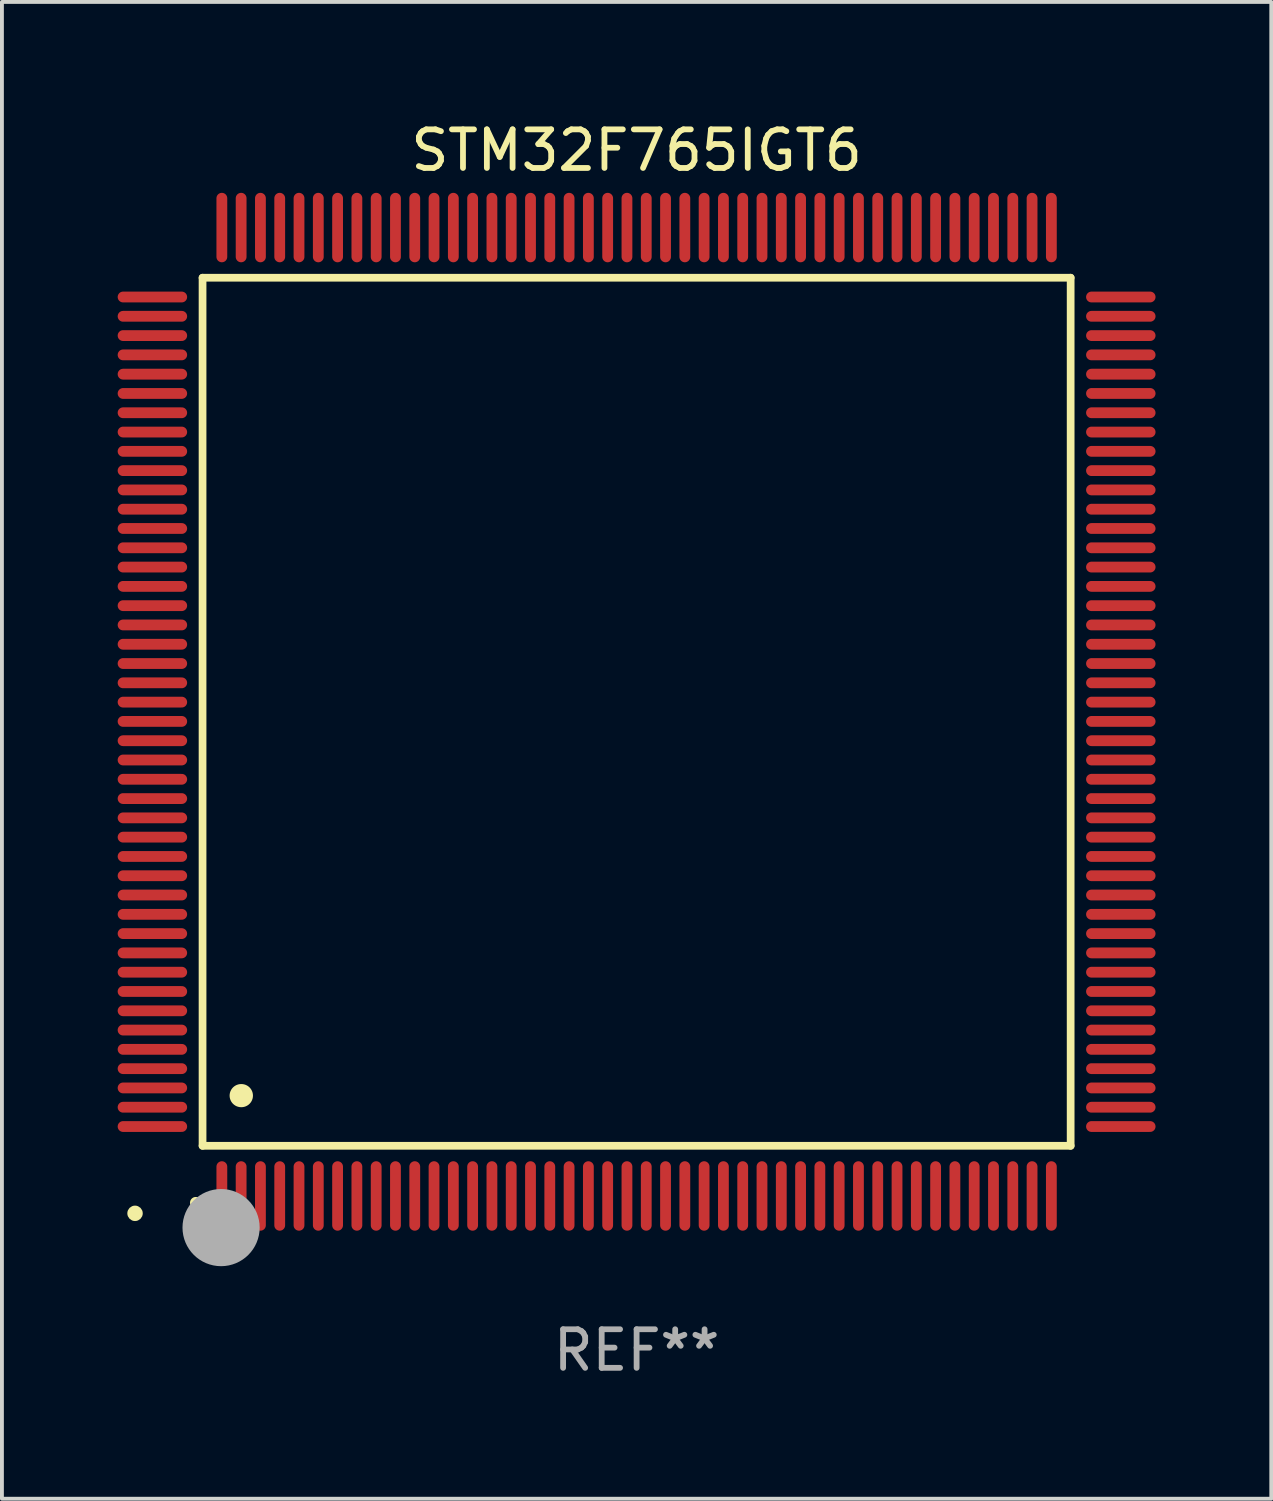
<source format=kicad_pcb>
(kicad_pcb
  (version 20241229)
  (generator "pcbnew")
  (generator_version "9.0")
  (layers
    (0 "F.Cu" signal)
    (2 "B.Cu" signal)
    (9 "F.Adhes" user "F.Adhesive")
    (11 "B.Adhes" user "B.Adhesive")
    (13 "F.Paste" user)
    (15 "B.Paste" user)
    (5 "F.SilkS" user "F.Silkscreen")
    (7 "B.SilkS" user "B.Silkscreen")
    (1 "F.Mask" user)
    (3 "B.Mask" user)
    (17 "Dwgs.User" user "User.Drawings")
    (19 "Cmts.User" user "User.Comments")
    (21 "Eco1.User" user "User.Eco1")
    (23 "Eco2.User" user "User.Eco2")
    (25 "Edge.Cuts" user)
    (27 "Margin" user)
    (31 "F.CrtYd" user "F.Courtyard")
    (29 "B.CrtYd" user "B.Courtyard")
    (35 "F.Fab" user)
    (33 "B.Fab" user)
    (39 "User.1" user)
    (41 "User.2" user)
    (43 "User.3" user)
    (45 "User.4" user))
  (footprint "STM32F765IGT6"
    (layer "F.Cu")
    (at 13.45 15.398)
    (property "Reference" "STM32F765IGT6" (at 0 -14.55 0) (layer "F.SilkS") (effects (font (size 1 1) (thickness 0.15))))
    (attr through_hole)
    (fp_line (start -11.25 -11.25) (end 11.25 -11.25) (stroke (width 0.2) (type solid)) (layer "F.SilkS"))
    (fp_line (start -11.25 11.25) (end -11.25 -11.25) (stroke (width 0.2) (type solid)) (layer "F.SilkS"))
    (fp_line (start 11.25 -11.25) (end 11.25 11.25) (stroke (width 0.2) (type solid)) (layer "F.SilkS"))
    (fp_line (start 11.25 11.25) (end -11.25 11.25) (stroke (width 0.2) (type solid)) (layer "F.SilkS"))
    (fp_arc (start -11.424943 12.725425) (mid -11.423673 12.72542) (end -11.422403 12.725425) (stroke (width 0.3) (type solid)) (layer "F.SilkS"))
    (fp_arc (start -10.24892 9.9492) (mid -10.24638 9.949189) (end -10.24384 9.9492) (stroke (width 0.6) (type solid)) (layer "F.SilkS"))
    (fp_circle (center -13 13) (end -12.9 13) (stroke (width 0.2) (type solid)) (fill no) (layer "F.SilkS"))
    (fp_circle (center -10.77 13.37) (end -10.27 13.37) (stroke (width 1) (type solid)) (fill no) (layer "F.Fab"))
    (fp_text user "REF**" (at 0 16.55 0) (layer "F.Fab") (effects (font (size 1 1) (thickness 0.15))))
    (pad "1" smd oval (at -10.75 12.55) (size 0.28 1.8) (layers "F.Cu" "F.Mask" "F.Paste"))
    (pad "2" smd oval (at -10.25 12.55) (size 0.28 1.8) (layers "F.Cu" "F.Mask" "F.Paste"))
    (pad "3" smd oval (at -9.75 12.55) (size 0.28 1.8) (layers "F.Cu" "F.Mask" "F.Paste"))
    (pad "4" smd oval (at -9.25 12.55) (size 0.28 1.8) (layers "F.Cu" "F.Mask" "F.Paste"))
    (pad "5" smd oval (at -8.75 12.55) (size 0.28 1.8) (layers "F.Cu" "F.Mask" "F.Paste"))
    (pad "6" smd oval (at -8.25 12.55) (size 0.28 1.8) (layers "F.Cu" "F.Mask" "F.Paste"))
    (pad "7" smd oval (at -7.75 12.55) (size 0.28 1.8) (layers "F.Cu" "F.Mask" "F.Paste"))
    (pad "8" smd oval (at -7.25 12.55) (size 0.28 1.8) (layers "F.Cu" "F.Mask" "F.Paste"))
    (pad "9" smd oval (at -6.75 12.55) (size 0.28 1.8) (layers "F.Cu" "F.Mask" "F.Paste"))
    (pad "10" smd oval (at -6.25 12.55) (size 0.28 1.8) (layers "F.Cu" "F.Mask" "F.Paste"))
    (pad "11" smd oval (at -5.75 12.55) (size 0.28 1.8) (layers "F.Cu" "F.Mask" "F.Paste"))
    (pad "12" smd oval (at -5.25 12.55) (size 0.28 1.8) (layers "F.Cu" "F.Mask" "F.Paste"))
    (pad "13" smd oval (at -4.75 12.55) (size 0.28 1.8) (layers "F.Cu" "F.Mask" "F.Paste"))
    (pad "14" smd oval (at -4.25 12.55) (size 0.28 1.8) (layers "F.Cu" "F.Mask" "F.Paste"))
    (pad "15" smd oval (at -3.75 12.55) (size 0.28 1.8) (layers "F.Cu" "F.Mask" "F.Paste"))
    (pad "16" smd oval (at -3.25 12.55) (size 0.28 1.8) (layers "F.Cu" "F.Mask" "F.Paste"))
    (pad "17" smd oval (at -2.75 12.55) (size 0.28 1.8) (layers "F.Cu" "F.Mask" "F.Paste"))
    (pad "18" smd oval (at -2.25 12.55) (size 0.28 1.8) (layers "F.Cu" "F.Mask" "F.Paste"))
    (pad "19" smd oval (at -1.75 12.55) (size 0.28 1.8) (layers "F.Cu" "F.Mask" "F.Paste"))
    (pad "20" smd oval (at -1.25 12.55) (size 0.28 1.8) (layers "F.Cu" "F.Mask" "F.Paste"))
    (pad "21" smd oval (at -0.75 12.55) (size 0.28 1.8) (layers "F.Cu" "F.Mask" "F.Paste"))
    (pad "22" smd oval (at -0.25 12.55) (size 0.28 1.8) (layers "F.Cu" "F.Mask" "F.Paste"))
    (pad "23" smd oval (at 0.25 12.55) (size 0.28 1.8) (layers "F.Cu" "F.Mask" "F.Paste"))
    (pad "24" smd oval (at 0.75 12.55) (size 0.28 1.8) (layers "F.Cu" "F.Mask" "F.Paste"))
    (pad "25" smd oval (at 1.25 12.55) (size 0.28 1.8) (layers "F.Cu" "F.Mask" "F.Paste"))
    (pad "26" smd oval (at 1.75 12.55) (size 0.28 1.8) (layers "F.Cu" "F.Mask" "F.Paste"))
    (pad "27" smd oval (at 2.25 12.55) (size 0.28 1.8) (layers "F.Cu" "F.Mask" "F.Paste"))
    (pad "28" smd oval (at 2.75 12.55) (size 0.28 1.8) (layers "F.Cu" "F.Mask" "F.Paste"))
    (pad "29" smd oval (at 3.25 12.55) (size 0.28 1.8) (layers "F.Cu" "F.Mask" "F.Paste"))
    (pad "30" smd oval (at 3.75 12.55) (size 0.28 1.8) (layers "F.Cu" "F.Mask" "F.Paste"))
    (pad "31" smd oval (at 4.25 12.55) (size 0.28 1.8) (layers "F.Cu" "F.Mask" "F.Paste"))
    (pad "32" smd oval (at 4.75 12.55) (size 0.28 1.8) (layers "F.Cu" "F.Mask" "F.Paste"))
    (pad "33" smd oval (at 5.25 12.55) (size 0.28 1.8) (layers "F.Cu" "F.Mask" "F.Paste"))
    (pad "34" smd oval (at 5.75 12.55) (size 0.28 1.8) (layers "F.Cu" "F.Mask" "F.Paste"))
    (pad "35" smd oval (at 6.25 12.55) (size 0.28 1.8) (layers "F.Cu" "F.Mask" "F.Paste"))
    (pad "36" smd oval (at 6.75 12.55) (size 0.28 1.8) (layers "F.Cu" "F.Mask" "F.Paste"))
    (pad "37" smd oval (at 7.25 12.55) (size 0.28 1.8) (layers "F.Cu" "F.Mask" "F.Paste"))
    (pad "38" smd oval (at 7.75 12.55) (size 0.28 1.8) (layers "F.Cu" "F.Mask" "F.Paste"))
    (pad "39" smd oval (at 8.25 12.55) (size 0.28 1.8) (layers "F.Cu" "F.Mask" "F.Paste"))
    (pad "40" smd oval (at 8.75 12.55) (size 0.28 1.8) (layers "F.Cu" "F.Mask" "F.Paste"))
    (pad "41" smd oval (at 9.25 12.55) (size 0.28 1.8) (layers "F.Cu" "F.Mask" "F.Paste"))
    (pad "42" smd oval (at 9.75 12.55) (size 0.28 1.8) (layers "F.Cu" "F.Mask" "F.Paste"))
    (pad "43" smd oval (at 10.25 12.55) (size 0.28 1.8) (layers "F.Cu" "F.Mask" "F.Paste"))
    (pad "44" smd oval (at 10.75 12.55) (size 0.28 1.8) (layers "F.Cu" "F.Mask" "F.Paste"))
    (pad "45" smd oval (at 12.55 10.75) (size 1.8 0.28) (layers "F.Cu" "F.Mask" "F.Paste"))
    (pad "46" smd oval (at 12.55 10.25) (size 1.8 0.28) (layers "F.Cu" "F.Mask" "F.Paste"))
    (pad "47" smd oval (at 12.55 9.75) (size 1.8 0.28) (layers "F.Cu" "F.Mask" "F.Paste"))
    (pad "48" smd oval (at 12.55 9.25) (size 1.8 0.28) (layers "F.Cu" "F.Mask" "F.Paste"))
    (pad "49" smd oval (at 12.55 8.75) (size 1.8 0.28) (layers "F.Cu" "F.Mask" "F.Paste"))
    (pad "50" smd oval (at 12.55 8.25) (size 1.8 0.28) (layers "F.Cu" "F.Mask" "F.Paste"))
    (pad "51" smd oval (at 12.55 7.75) (size 1.8 0.28) (layers "F.Cu" "F.Mask" "F.Paste"))
    (pad "52" smd oval (at 12.55 7.25) (size 1.8 0.28) (layers "F.Cu" "F.Mask" "F.Paste"))
    (pad "53" smd oval (at 12.55 6.75) (size 1.8 0.28) (layers "F.Cu" "F.Mask" "F.Paste"))
    (pad "54" smd oval (at 12.55 6.25) (size 1.8 0.28) (layers "F.Cu" "F.Mask" "F.Paste"))
    (pad "55" smd oval (at 12.55 5.75) (size 1.8 0.28) (layers "F.Cu" "F.Mask" "F.Paste"))
    (pad "56" smd oval (at 12.55 5.25) (size 1.8 0.28) (layers "F.Cu" "F.Mask" "F.Paste"))
    (pad "57" smd oval (at 12.55 4.75) (size 1.8 0.28) (layers "F.Cu" "F.Mask" "F.Paste"))
    (pad "58" smd oval (at 12.55 4.25) (size 1.8 0.28) (layers "F.Cu" "F.Mask" "F.Paste"))
    (pad "59" smd oval (at 12.55 3.75) (size 1.8 0.28) (layers "F.Cu" "F.Mask" "F.Paste"))
    (pad "60" smd oval (at 12.55 3.25) (size 1.8 0.28) (layers "F.Cu" "F.Mask" "F.Paste"))
    (pad "61" smd oval (at 12.55 2.75) (size 1.8 0.28) (layers "F.Cu" "F.Mask" "F.Paste"))
    (pad "62" smd oval (at 12.55 2.25) (size 1.8 0.28) (layers "F.Cu" "F.Mask" "F.Paste"))
    (pad "63" smd oval (at 12.55 1.75) (size 1.8 0.28) (layers "F.Cu" "F.Mask" "F.Paste"))
    (pad "64" smd oval (at 12.55 1.25) (size 1.8 0.28) (layers "F.Cu" "F.Mask" "F.Paste"))
    (pad "65" smd oval (at 12.55 0.75) (size 1.8 0.28) (layers "F.Cu" "F.Mask" "F.Paste"))
    (pad "66" smd oval (at 12.55 0.25) (size 1.8 0.28) (layers "F.Cu" "F.Mask" "F.Paste"))
    (pad "67" smd oval (at 12.55 -0.25) (size 1.8 0.28) (layers "F.Cu" "F.Mask" "F.Paste"))
    (pad "68" smd oval (at 12.55 -0.75) (size 1.8 0.28) (layers "F.Cu" "F.Mask" "F.Paste"))
    (pad "69" smd oval (at 12.55 -1.25) (size 1.8 0.28) (layers "F.Cu" "F.Mask" "F.Paste"))
    (pad "70" smd oval (at 12.55 -1.75) (size 1.8 0.28) (layers "F.Cu" "F.Mask" "F.Paste"))
    (pad "71" smd oval (at 12.55 -2.25) (size 1.8 0.28) (layers "F.Cu" "F.Mask" "F.Paste"))
    (pad "72" smd oval (at 12.55 -2.75) (size 1.8 0.28) (layers "F.Cu" "F.Mask" "F.Paste"))
    (pad "73" smd oval (at 12.55 -3.25) (size 1.8 0.28) (layers "F.Cu" "F.Mask" "F.Paste"))
    (pad "74" smd oval (at 12.55 -3.75) (size 1.8 0.28) (layers "F.Cu" "F.Mask" "F.Paste"))
    (pad "75" smd oval (at 12.55 -4.25) (size 1.8 0.28) (layers "F.Cu" "F.Mask" "F.Paste"))
    (pad "76" smd oval (at 12.55 -4.75) (size 1.8 0.28) (layers "F.Cu" "F.Mask" "F.Paste"))
    (pad "77" smd oval (at 12.55 -5.25) (size 1.8 0.28) (layers "F.Cu" "F.Mask" "F.Paste"))
    (pad "78" smd oval (at 12.55 -5.75) (size 1.8 0.28) (layers "F.Cu" "F.Mask" "F.Paste"))
    (pad "79" smd oval (at 12.55 -6.25) (size 1.8 0.28) (layers "F.Cu" "F.Mask" "F.Paste"))
    (pad "80" smd oval (at 12.55 -6.75) (size 1.8 0.28) (layers "F.Cu" "F.Mask" "F.Paste"))
    (pad "81" smd oval (at 12.55 -7.25) (size 1.8 0.28) (layers "F.Cu" "F.Mask" "F.Paste"))
    (pad "82" smd oval (at 12.55 -7.75) (size 1.8 0.28) (layers "F.Cu" "F.Mask" "F.Paste"))
    (pad "83" smd oval (at 12.55 -8.25) (size 1.8 0.28) (layers "F.Cu" "F.Mask" "F.Paste"))
    (pad "84" smd oval (at 12.55 -8.75) (size 1.8 0.28) (layers "F.Cu" "F.Mask" "F.Paste"))
    (pad "85" smd oval (at 12.55 -9.25) (size 1.8 0.28) (layers "F.Cu" "F.Mask" "F.Paste"))
    (pad "86" smd oval (at 12.55 -9.75) (size 1.8 0.28) (layers "F.Cu" "F.Mask" "F.Paste"))
    (pad "87" smd oval (at 12.55 -10.25) (size 1.8 0.28) (layers "F.Cu" "F.Mask" "F.Paste"))
    (pad "88" smd oval (at 12.55 -10.75) (size 1.8 0.28) (layers "F.Cu" "F.Mask" "F.Paste"))
    (pad "89" smd oval (at 10.75 -12.55) (size 0.28 1.8) (layers "F.Cu" "F.Mask" "F.Paste"))
    (pad "90" smd oval (at 10.25 -12.55) (size 0.28 1.8) (layers "F.Cu" "F.Mask" "F.Paste"))
    (pad "91" smd oval (at 9.75 -12.55) (size 0.28 1.8) (layers "F.Cu" "F.Mask" "F.Paste"))
    (pad "92" smd oval (at 9.25 -12.55) (size 0.28 1.8) (layers "F.Cu" "F.Mask" "F.Paste"))
    (pad "93" smd oval (at 8.75 -12.55) (size 0.28 1.8) (layers "F.Cu" "F.Mask" "F.Paste"))
    (pad "94" smd oval (at 8.25 -12.55) (size 0.28 1.8) (layers "F.Cu" "F.Mask" "F.Paste"))
    (pad "95" smd oval (at 7.75 -12.55) (size 0.28 1.8) (layers "F.Cu" "F.Mask" "F.Paste"))
    (pad "96" smd oval (at 7.25 -12.55) (size 0.28 1.8) (layers "F.Cu" "F.Mask" "F.Paste"))
    (pad "97" smd oval (at 6.75 -12.55) (size 0.28 1.8) (layers "F.Cu" "F.Mask" "F.Paste"))
    (pad "98" smd oval (at 6.25 -12.55) (size 0.28 1.8) (layers "F.Cu" "F.Mask" "F.Paste"))
    (pad "99" smd oval (at 5.75 -12.55) (size 0.28 1.8) (layers "F.Cu" "F.Mask" "F.Paste"))
    (pad "100" smd oval (at 5.25 -12.55) (size 0.28 1.8) (layers "F.Cu" "F.Mask" "F.Paste"))
    (pad "101" smd oval (at 4.75 -12.55) (size 0.28 1.8) (layers "F.Cu" "F.Mask" "F.Paste"))
    (pad "102" smd oval (at 4.25 -12.55) (size 0.28 1.8) (layers "F.Cu" "F.Mask" "F.Paste"))
    (pad "103" smd oval (at 3.75 -12.55) (size 0.28 1.8) (layers "F.Cu" "F.Mask" "F.Paste"))
    (pad "104" smd oval (at 3.25 -12.55) (size 0.28 1.8) (layers "F.Cu" "F.Mask" "F.Paste"))
    (pad "105" smd oval (at 2.75 -12.55) (size 0.28 1.8) (layers "F.Cu" "F.Mask" "F.Paste"))
    (pad "106" smd oval (at 2.25 -12.55) (size 0.28 1.8) (layers "F.Cu" "F.Mask" "F.Paste"))
    (pad "107" smd oval (at 1.75 -12.55) (size 0.28 1.8) (layers "F.Cu" "F.Mask" "F.Paste"))
    (pad "108" smd oval (at 1.25 -12.55) (size 0.28 1.8) (layers "F.Cu" "F.Mask" "F.Paste"))
    (pad "109" smd oval (at 0.75 -12.55) (size 0.28 1.8) (layers "F.Cu" "F.Mask" "F.Paste"))
    (pad "110" smd oval (at 0.25 -12.55) (size 0.28 1.8) (layers "F.Cu" "F.Mask" "F.Paste"))
    (pad "111" smd oval (at -0.25 -12.55) (size 0.28 1.8) (layers "F.Cu" "F.Mask" "F.Paste"))
    (pad "112" smd oval (at -0.75 -12.55) (size 0.28 1.8) (layers "F.Cu" "F.Mask" "F.Paste"))
    (pad "113" smd oval (at -1.25 -12.55) (size 0.28 1.8) (layers "F.Cu" "F.Mask" "F.Paste"))
    (pad "114" smd oval (at -1.75 -12.55) (size 0.28 1.8) (layers "F.Cu" "F.Mask" "F.Paste"))
    (pad "115" smd oval (at -2.25 -12.55) (size 0.28 1.8) (layers "F.Cu" "F.Mask" "F.Paste"))
    (pad "116" smd oval (at -2.75 -12.55) (size 0.28 1.8) (layers "F.Cu" "F.Mask" "F.Paste"))
    (pad "117" smd oval (at -3.25 -12.55) (size 0.28 1.8) (layers "F.Cu" "F.Mask" "F.Paste"))
    (pad "118" smd oval (at -3.75 -12.55) (size 0.28 1.8) (layers "F.Cu" "F.Mask" "F.Paste"))
    (pad "119" smd oval (at -4.25 -12.55) (size 0.28 1.8) (layers "F.Cu" "F.Mask" "F.Paste"))
    (pad "120" smd oval (at -4.75 -12.55) (size 0.28 1.8) (layers "F.Cu" "F.Mask" "F.Paste"))
    (pad "121" smd oval (at -5.25 -12.55) (size 0.28 1.8) (layers "F.Cu" "F.Mask" "F.Paste"))
    (pad "122" smd oval (at -5.75 -12.55) (size 0.28 1.8) (layers "F.Cu" "F.Mask" "F.Paste"))
    (pad "123" smd oval (at -6.25 -12.55) (size 0.28 1.8) (layers "F.Cu" "F.Mask" "F.Paste"))
    (pad "124" smd oval (at -6.75 -12.55) (size 0.28 1.8) (layers "F.Cu" "F.Mask" "F.Paste"))
    (pad "125" smd oval (at -7.25 -12.55) (size 0.28 1.8) (layers "F.Cu" "F.Mask" "F.Paste"))
    (pad "126" smd oval (at -7.75 -12.55) (size 0.28 1.8) (layers "F.Cu" "F.Mask" "F.Paste"))
    (pad "127" smd oval (at -8.25 -12.55) (size 0.28 1.8) (layers "F.Cu" "F.Mask" "F.Paste"))
    (pad "128" smd oval (at -8.75 -12.55) (size 0.28 1.8) (layers "F.Cu" "F.Mask" "F.Paste"))
    (pad "129" smd oval (at -9.25 -12.55) (size 0.28 1.8) (layers "F.Cu" "F.Mask" "F.Paste"))
    (pad "130" smd oval (at -9.75 -12.55) (size 0.28 1.8) (layers "F.Cu" "F.Mask" "F.Paste"))
    (pad "131" smd oval (at -10.25 -12.55) (size 0.28 1.8) (layers "F.Cu" "F.Mask" "F.Paste"))
    (pad "132" smd oval (at -10.75 -12.55) (size 0.28 1.8) (layers "F.Cu" "F.Mask" "F.Paste"))
    (pad "133" smd oval (at -12.55 -10.75) (size 1.8 0.28) (layers "F.Cu" "F.Mask" "F.Paste"))
    (pad "134" smd oval (at -12.55 -10.25) (size 1.8 0.28) (layers "F.Cu" "F.Mask" "F.Paste"))
    (pad "135" smd oval (at -12.55 -9.75) (size 1.8 0.28) (layers "F.Cu" "F.Mask" "F.Paste"))
    (pad "136" smd oval (at -12.55 -9.25) (size 1.8 0.28) (layers "F.Cu" "F.Mask" "F.Paste"))
    (pad "137" smd oval (at -12.55 -8.75) (size 1.8 0.28) (layers "F.Cu" "F.Mask" "F.Paste"))
    (pad "138" smd oval (at -12.55 -8.25) (size 1.8 0.28) (layers "F.Cu" "F.Mask" "F.Paste"))
    (pad "139" smd oval (at -12.55 -7.75) (size 1.8 0.28) (layers "F.Cu" "F.Mask" "F.Paste"))
    (pad "140" smd oval (at -12.55 -7.25) (size 1.8 0.28) (layers "F.Cu" "F.Mask" "F.Paste"))
    (pad "141" smd oval (at -12.55 -6.75) (size 1.8 0.28) (layers "F.Cu" "F.Mask" "F.Paste"))
    (pad "142" smd oval (at -12.55 -6.25) (size 1.8 0.28) (layers "F.Cu" "F.Mask" "F.Paste"))
    (pad "143" smd oval (at -12.55 -5.75) (size 1.8 0.28) (layers "F.Cu" "F.Mask" "F.Paste"))
    (pad "144" smd oval (at -12.55 -5.25) (size 1.8 0.28) (layers "F.Cu" "F.Mask" "F.Paste"))
    (pad "145" smd oval (at -12.55 -4.75) (size 1.8 0.28) (layers "F.Cu" "F.Mask" "F.Paste"))
    (pad "146" smd oval (at -12.55 -4.25) (size 1.8 0.28) (layers "F.Cu" "F.Mask" "F.Paste"))
    (pad "147" smd oval (at -12.55 -3.75) (size 1.8 0.28) (layers "F.Cu" "F.Mask" "F.Paste"))
    (pad "148" smd oval (at -12.55 -3.25) (size 1.8 0.28) (layers "F.Cu" "F.Mask" "F.Paste"))
    (pad "149" smd oval (at -12.55 -2.75) (size 1.8 0.28) (layers "F.Cu" "F.Mask" "F.Paste"))
    (pad "150" smd oval (at -12.55 -2.25) (size 1.8 0.28) (layers "F.Cu" "F.Mask" "F.Paste"))
    (pad "151" smd oval (at -12.55 -1.75) (size 1.8 0.28) (layers "F.Cu" "F.Mask" "F.Paste"))
    (pad "152" smd oval (at -12.55 -1.25) (size 1.8 0.28) (layers "F.Cu" "F.Mask" "F.Paste"))
    (pad "153" smd oval (at -12.55 -0.75) (size 1.8 0.28) (layers "F.Cu" "F.Mask" "F.Paste"))
    (pad "154" smd oval (at -12.55 -0.25) (size 1.8 0.28) (layers "F.Cu" "F.Mask" "F.Paste"))
    (pad "155" smd oval (at -12.55 0.25) (size 1.8 0.28) (layers "F.Cu" "F.Mask" "F.Paste"))
    (pad "156" smd oval (at -12.55 0.75) (size 1.8 0.28) (layers "F.Cu" "F.Mask" "F.Paste"))
    (pad "157" smd oval (at -12.55 1.25) (size 1.8 0.28) (layers "F.Cu" "F.Mask" "F.Paste"))
    (pad "158" smd oval (at -12.55 1.75) (size 1.8 0.28) (layers "F.Cu" "F.Mask" "F.Paste"))
    (pad "159" smd oval (at -12.55 2.25) (size 1.8 0.28) (layers "F.Cu" "F.Mask" "F.Paste"))
    (pad "160" smd oval (at -12.55 2.75) (size 1.8 0.28) (layers "F.Cu" "F.Mask" "F.Paste"))
    (pad "161" smd oval (at -12.55 3.25) (size 1.8 0.28) (layers "F.Cu" "F.Mask" "F.Paste"))
    (pad "162" smd oval (at -12.55 3.75) (size 1.8 0.28) (layers "F.Cu" "F.Mask" "F.Paste"))
    (pad "163" smd oval (at -12.55 4.25) (size 1.8 0.28) (layers "F.Cu" "F.Mask" "F.Paste"))
    (pad "164" smd oval (at -12.55 4.75) (size 1.8 0.28) (layers "F.Cu" "F.Mask" "F.Paste"))
    (pad "165" smd oval (at -12.55 5.25) (size 1.8 0.28) (layers "F.Cu" "F.Mask" "F.Paste"))
    (pad "166" smd oval (at -12.55 5.75) (size 1.8 0.28) (layers "F.Cu" "F.Mask" "F.Paste"))
    (pad "167" smd oval (at -12.55 6.25) (size 1.8 0.28) (layers "F.Cu" "F.Mask" "F.Paste"))
    (pad "168" smd oval (at -12.55 6.75) (size 1.8 0.28) (layers "F.Cu" "F.Mask" "F.Paste"))
    (pad "169" smd oval (at -12.55 7.25) (size 1.8 0.28) (layers "F.Cu" "F.Mask" "F.Paste"))
    (pad "170" smd oval (at -12.55 7.75) (size 1.8 0.28) (layers "F.Cu" "F.Mask" "F.Paste"))
    (pad "171" smd oval (at -12.55 8.25) (size 1.8 0.28) (layers "F.Cu" "F.Mask" "F.Paste"))
    (pad "172" smd oval (at -12.55 8.75) (size 1.8 0.28) (layers "F.Cu" "F.Mask" "F.Paste"))
    (pad "173" smd oval (at -12.55 9.25) (size 1.8 0.28) (layers "F.Cu" "F.Mask" "F.Paste"))
    (pad "174" smd oval (at -12.55 9.75) (size 1.8 0.28) (layers "F.Cu" "F.Mask" "F.Paste"))
    (pad "175" smd oval (at -12.55 10.25) (size 1.8 0.28) (layers "F.Cu" "F.Mask" "F.Paste"))
    (pad "176" smd oval (at -12.55 10.75) (size 1.8 0.28) (layers "F.Cu" "F.Mask" "F.Paste")))
  (gr_rect
    (start -3 -3)
    (end 29.9 35.796)
    (stroke (width 0.1) (type default))
    (fill no)
    (layer "Edge.Cuts")))
</source>
